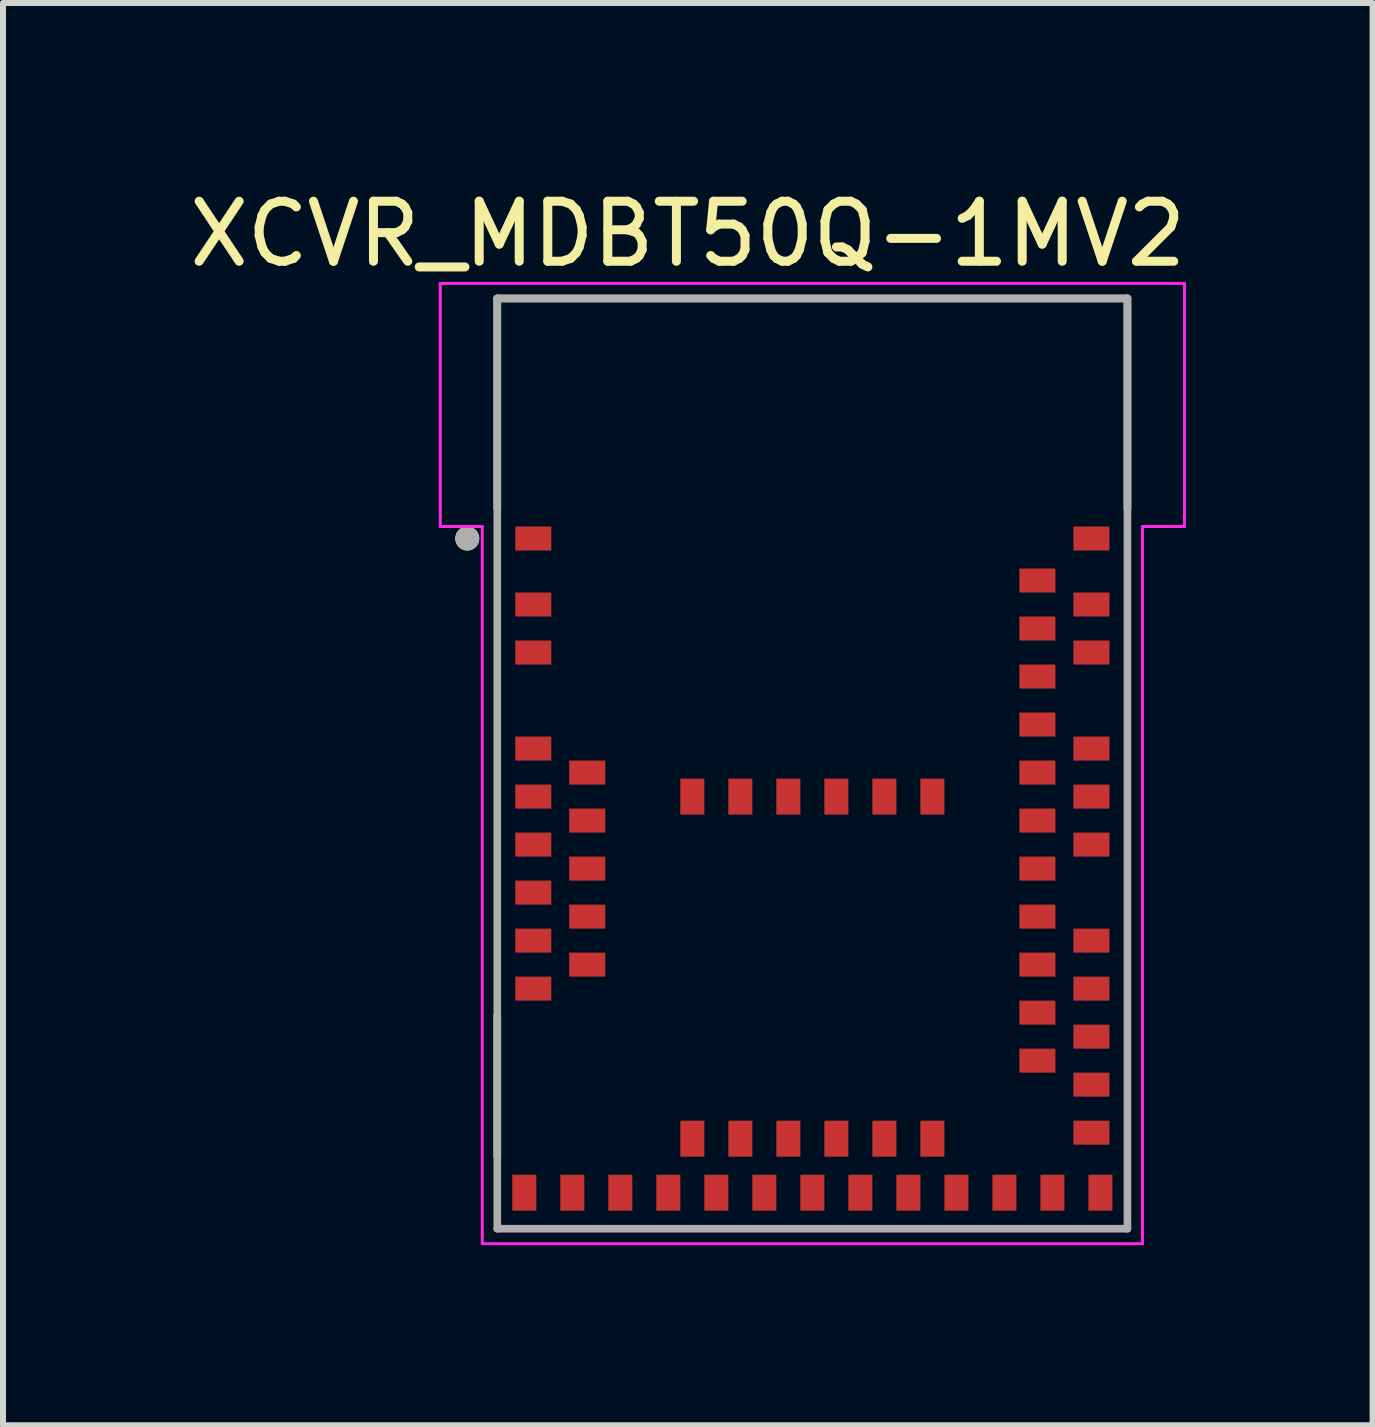
<source format=kicad_pcb>
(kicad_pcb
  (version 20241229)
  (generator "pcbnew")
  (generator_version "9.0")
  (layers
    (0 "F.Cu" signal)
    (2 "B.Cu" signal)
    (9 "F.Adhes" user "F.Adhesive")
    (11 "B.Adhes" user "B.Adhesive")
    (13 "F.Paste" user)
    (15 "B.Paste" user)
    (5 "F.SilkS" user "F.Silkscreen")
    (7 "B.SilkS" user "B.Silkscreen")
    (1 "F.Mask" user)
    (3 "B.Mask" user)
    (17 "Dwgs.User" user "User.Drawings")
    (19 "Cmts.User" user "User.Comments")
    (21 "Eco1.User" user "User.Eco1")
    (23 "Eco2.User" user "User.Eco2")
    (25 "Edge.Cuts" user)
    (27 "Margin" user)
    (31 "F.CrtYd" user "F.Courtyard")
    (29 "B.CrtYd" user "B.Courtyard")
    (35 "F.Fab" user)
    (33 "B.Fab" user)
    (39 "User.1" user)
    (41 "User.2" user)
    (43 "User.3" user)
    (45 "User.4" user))
  (footprint "XCVR_MDBT50Q-1MV2"
    (layer "F.Cu")
    (at 10.486 9.673)
    (property "Reference" "XCVR_MDBT50Q-1MV2" (at -2.075 -8.825 0) (layer "F.SilkS") (effects (font (size 1 1) (thickness 0.15))))
    (attr smd)
    (fp_line (start -5.25 -7.75) (end 5.25 -7.75) (stroke (width 0.127) (type solid)) (layer "F.SilkS"))
    (fp_line (start -5.25 -4.25) (end -5.25 -7.75) (stroke (width 0.127) (type solid)) (layer "F.SilkS"))
    (fp_line (start -5.25 4.2) (end -5.25 6.55) (stroke (width 0.127) (type solid)) (layer "F.SilkS"))
    (fp_line (start 5.25 -7.75) (end 5.25 -4.25) (stroke (width 0.127) (type solid)) (layer "F.SilkS"))
    (fp_circle (center -5.75 -3.75) (end -5.65 -3.75) (stroke (width 0.2) (type solid)) (fill no) (layer "F.SilkS"))
    (fp_line (start -6.2 -8) (end 6.2 -8) (stroke (width 0.05) (type solid)) (layer "F.CrtYd"))
    (fp_line (start -6.2 -3.95) (end -6.2 -8) (stroke (width 0.05) (type solid)) (layer "F.CrtYd"))
    (fp_line (start -5.5 -3.95) (end -6.2 -3.95) (stroke (width 0.05) (type solid)) (layer "F.CrtYd"))
    (fp_line (start -5.5 8) (end -5.5 -3.95) (stroke (width 0.05) (type solid)) (layer "F.CrtYd"))
    (fp_line (start 5.5 -3.95) (end 5.5 8) (stroke (width 0.05) (type solid)) (layer "F.CrtYd"))
    (fp_line (start 5.5 8) (end -5.5 8) (stroke (width 0.05) (type solid)) (layer "F.CrtYd"))
    (fp_line (start 6.2 -8) (end 6.2 -3.95) (stroke (width 0.05) (type solid)) (layer "F.CrtYd"))
    (fp_line (start 6.2 -3.95) (end 5.5 -3.95) (stroke (width 0.05) (type solid)) (layer "F.CrtYd"))
    (fp_line (start -5.25 -7.75) (end 5.25 -7.75) (stroke (width 0.127) (type solid)) (layer "F.Fab"))
    (fp_line (start -5.25 7.75) (end -5.25 -7.75) (stroke (width 0.127) (type solid)) (layer "F.Fab"))
    (fp_line (start 5.25 -7.75) (end 5.25 7.75) (stroke (width 0.127) (type solid)) (layer "F.Fab"))
    (fp_line (start 5.25 7.75) (end -5.25 7.75) (stroke (width 0.127) (type solid)) (layer "F.Fab"))
    (fp_circle (center -5.75 -3.75) (end -5.65 -3.75) (stroke (width 0.2) (type solid)) (fill no) (layer "F.Fab"))
    (pad "1" smd rect (at -4.65 -3.75) (size 0.6 0.4) (layers "F.Cu" "F.Mask" "F.Paste"))
    (pad "2" smd rect (at -4.65 -2.65) (size 0.6 0.4) (layers "F.Cu" "F.Mask" "F.Paste"))
    (pad "3" smd rect (at -4.65 -1.85) (size 0.6 0.4) (layers "F.Cu" "F.Mask" "F.Paste"))
    (pad "4" smd rect (at -4.65 -0.25) (size 0.6 0.4) (layers "F.Cu" "F.Mask" "F.Paste"))
    (pad "5" smd rect (at -3.75 0.15) (size 0.6 0.4) (layers "F.Cu" "F.Mask" "F.Paste"))
    (pad "6" smd rect (at -4.65 0.55) (size 0.6 0.4) (layers "F.Cu" "F.Mask" "F.Paste"))
    (pad "7" smd rect (at -3.75 0.95) (size 0.6 0.4) (layers "F.Cu" "F.Mask" "F.Paste"))
    (pad "8" smd rect (at -4.65 1.35) (size 0.6 0.4) (layers "F.Cu" "F.Mask" "F.Paste"))
    (pad "9" smd rect (at -3.75 1.75) (size 0.6 0.4) (layers "F.Cu" "F.Mask" "F.Paste"))
    (pad "10" smd rect (at -4.65 2.15) (size 0.6 0.4) (layers "F.Cu" "F.Mask" "F.Paste"))
    (pad "11" smd rect (at -3.75 2.55) (size 0.6 0.4) (layers "F.Cu" "F.Mask" "F.Paste"))
    (pad "12" smd rect (at -4.65 2.95) (size 0.6 0.4) (layers "F.Cu" "F.Mask" "F.Paste"))
    (pad "13" smd rect (at -3.75 3.35) (size 0.6 0.4) (layers "F.Cu" "F.Mask" "F.Paste"))
    (pad "14" smd rect (at -4.65 3.75) (size 0.6 0.4) (layers "F.Cu" "F.Mask" "F.Paste"))
    (pad "15" smd rect (at -4.8 7.15) (size 0.4 0.6) (layers "F.Cu" "F.Mask" "F.Paste"))
    (pad "16" smd rect (at -4 7.15) (size 0.4 0.6) (layers "F.Cu" "F.Mask" "F.Paste"))
    (pad "17" smd rect (at -3.2 7.15) (size 0.4 0.6) (layers "F.Cu" "F.Mask" "F.Paste"))
    (pad "18" smd rect (at -2.4 7.15) (size 0.4 0.6) (layers "F.Cu" "F.Mask" "F.Paste"))
    (pad "19" smd rect (at -2 6.25) (size 0.4 0.6) (layers "F.Cu" "F.Mask" "F.Paste"))
    (pad "20" smd rect (at -1.6 7.15) (size 0.4 0.6) (layers "F.Cu" "F.Mask" "F.Paste"))
    (pad "21" smd rect (at -1.2 6.25) (size 0.4 0.6) (layers "F.Cu" "F.Mask" "F.Paste"))
    (pad "22" smd rect (at -0.8 7.15) (size 0.4 0.6) (layers "F.Cu" "F.Mask" "F.Paste"))
    (pad "23" smd rect (at -0.4 6.25) (size 0.4 0.6) (layers "F.Cu" "F.Mask" "F.Paste"))
    (pad "24" smd rect (at 0 7.15) (size 0.4 0.6) (layers "F.Cu" "F.Mask" "F.Paste"))
    (pad "25" smd rect (at 0.4 6.25) (size 0.4 0.6) (layers "F.Cu" "F.Mask" "F.Paste"))
    (pad "26" smd rect (at 0.8 7.15) (size 0.4 0.6) (layers "F.Cu" "F.Mask" "F.Paste"))
    (pad "27" smd rect (at 1.2 6.25) (size 0.4 0.6) (layers "F.Cu" "F.Mask" "F.Paste"))
    (pad "28" smd rect (at 1.6 7.15) (size 0.4 0.6) (layers "F.Cu" "F.Mask" "F.Paste"))
    (pad "29" smd rect (at 2 6.25) (size 0.4 0.6) (layers "F.Cu" "F.Mask" "F.Paste"))
    (pad "30" smd rect (at 2.4 7.15) (size 0.4 0.6) (layers "F.Cu" "F.Mask" "F.Paste"))
    (pad "31" smd rect (at 3.2 7.15) (size 0.4 0.6) (layers "F.Cu" "F.Mask" "F.Paste"))
    (pad "32" smd rect (at 4 7.15) (size 0.4 0.6) (layers "F.Cu" "F.Mask" "F.Paste"))
    (pad "33" smd rect (at 4.8 7.15) (size 0.4 0.6) (layers "F.Cu" "F.Mask" "F.Paste"))
    (pad "34" smd rect (at 4.65 6.15 180) (size 0.6 0.4) (layers "F.Cu" "F.Mask" "F.Paste"))
    (pad "35" smd rect (at 4.65 5.35 180) (size 0.6 0.4) (layers "F.Cu" "F.Mask" "F.Paste"))
    (pad "36" smd rect (at 3.75 4.95 180) (size 0.6 0.4) (layers "F.Cu" "F.Mask" "F.Paste"))
    (pad "37" smd rect (at 4.65 4.55 180) (size 0.6 0.4) (layers "F.Cu" "F.Mask" "F.Paste"))
    (pad "38" smd rect (at 3.75 4.15 180) (size 0.6 0.4) (layers "F.Cu" "F.Mask" "F.Paste"))
    (pad "39" smd rect (at 4.65 3.75 180) (size 0.6 0.4) (layers "F.Cu" "F.Mask" "F.Paste"))
    (pad "40" smd rect (at 3.75 3.35 180) (size 0.6 0.4) (layers "F.Cu" "F.Mask" "F.Paste"))
    (pad "41" smd rect (at 4.65 2.95 180) (size 0.6 0.4) (layers "F.Cu" "F.Mask" "F.Paste"))
    (pad "42" smd rect (at 3.75 2.55 180) (size 0.6 0.4) (layers "F.Cu" "F.Mask" "F.Paste"))
    (pad "43" smd rect (at 3.75 1.75 180) (size 0.6 0.4) (layers "F.Cu" "F.Mask" "F.Paste"))
    (pad "44" smd rect (at 4.65 1.35 180) (size 0.6 0.4) (layers "F.Cu" "F.Mask" "F.Paste"))
    (pad "45" smd rect (at 3.75 0.95 180) (size 0.6 0.4) (layers "F.Cu" "F.Mask" "F.Paste"))
    (pad "46" smd rect (at 4.65 0.55 180) (size 0.6 0.4) (layers "F.Cu" "F.Mask" "F.Paste"))
    (pad "47" smd rect (at 3.75 0.15 180) (size 0.6 0.4) (layers "F.Cu" "F.Mask" "F.Paste"))
    (pad "48" smd rect (at 4.65 -0.25 180) (size 0.6 0.4) (layers "F.Cu" "F.Mask" "F.Paste"))
    (pad "49" smd rect (at 3.75 -0.65 180) (size 0.6 0.4) (layers "F.Cu" "F.Mask" "F.Paste"))
    (pad "50" smd rect (at 3.75 -1.45 180) (size 0.6 0.4) (layers "F.Cu" "F.Mask" "F.Paste"))
    (pad "51" smd rect (at 4.65 -1.85 180) (size 0.6 0.4) (layers "F.Cu" "F.Mask" "F.Paste"))
    (pad "52" smd rect (at 3.75 -2.25 180) (size 0.6 0.4) (layers "F.Cu" "F.Mask" "F.Paste"))
    (pad "53" smd rect (at 4.65 -2.65 180) (size 0.6 0.4) (layers "F.Cu" "F.Mask" "F.Paste"))
    (pad "54" smd rect (at 3.75 -3.05 180) (size 0.6 0.4) (layers "F.Cu" "F.Mask" "F.Paste"))
    (pad "55" smd rect (at 4.65 -3.75 180) (size 0.6 0.4) (layers "F.Cu" "F.Mask" "F.Paste"))
    (pad "56" smd rect (at -2 0.55) (size 0.4 0.6) (layers "F.Cu" "F.Mask" "F.Paste"))
    (pad "57" smd rect (at -1.2 0.55) (size 0.4 0.6) (layers "F.Cu" "F.Mask" "F.Paste"))
    (pad "58" smd rect (at -0.4 0.55) (size 0.4 0.6) (layers "F.Cu" "F.Mask" "F.Paste"))
    (pad "59" smd rect (at 0.4 0.55) (size 0.4 0.6) (layers "F.Cu" "F.Mask" "F.Paste"))
    (pad "60" smd rect (at 1.2 0.55) (size 0.4 0.6) (layers "F.Cu" "F.Mask" "F.Paste"))
    (pad "61" smd rect (at 2 0.55) (size 0.4 0.6) (layers "F.Cu" "F.Mask" "F.Paste"))
    (zone (net_name "") (layer "F.Cu") (hatch full 0.508) (connect_pads) (min_thickness 0.01) (filled_areas_thickness no) (keepout (tracks not_allowed) (vias not_allowed) (pads not_allowed) (copperpour not_allowed) (footprints allowed)) (placement (enabled no)) (fill) (polygon (pts (xy 4.286 1.923) (xy 16.686 1.923) (xy 16.686 5.723) (xy 4.286 5.723))))
    (zone (net_name "") (layer "F.Cu") (hatch full 0.508) (connect_pads) (min_thickness 0.01) (filled_areas_thickness no) (keepout (tracks not_allowed) (vias not_allowed) (pads not_allowed) (copperpour not_allowed) (footprints allowed)) (placement (enabled no)) (fill) (polygon (pts (xy 8.186 5.723) (xy 9.786 5.723) (xy 9.786 6.923) (xy 8.186 6.923))))
    (zone (net_name "") (layers "F.Cu" "B.Cu") (hatch full 0.508) (connect_pads) (min_thickness 0.01) (filled_areas_thickness no) (keepout (tracks allowed) (vias not_allowed) (pads allowed) (copperpour allowed) (footprints allowed)) (placement (enabled no)) (fill) (polygon (pts (xy 4.286 1.923) (xy 16.686 1.923) (xy 16.686 5.723) (xy 4.286 5.723))))
    (zone (net_name "") (layers "F.Cu" "B.Cu") (hatch full 0.508) (connect_pads) (min_thickness 0.01) (filled_areas_thickness no) (keepout (tracks allowed) (vias not_allowed) (pads allowed) (copperpour allowed) (footprints allowed)) (placement (enabled no)) (fill) (polygon (pts (xy 8.186 5.723) (xy 9.786 5.723) (xy 9.786 6.923) (xy 8.186 6.923))))
    (zone (net_name "") (layer "B.Cu") (hatch full 0.508) (connect_pads) (min_thickness 0.01) (filled_areas_thickness no) (keepout (tracks not_allowed) (vias not_allowed) (pads not_allowed) (copperpour not_allowed) (footprints allowed)) (placement (enabled no)) (fill) (polygon (pts (xy 4.286 1.923) (xy 16.686 1.923) (xy 16.686 5.723) (xy 4.286 5.723)))))
  (gr_rect
    (start -3 -3)
    (end 19.821 20.698)
    (stroke (width 0.1) (type default))
    (fill no)
    (layer "Edge.Cuts")))
</source>
